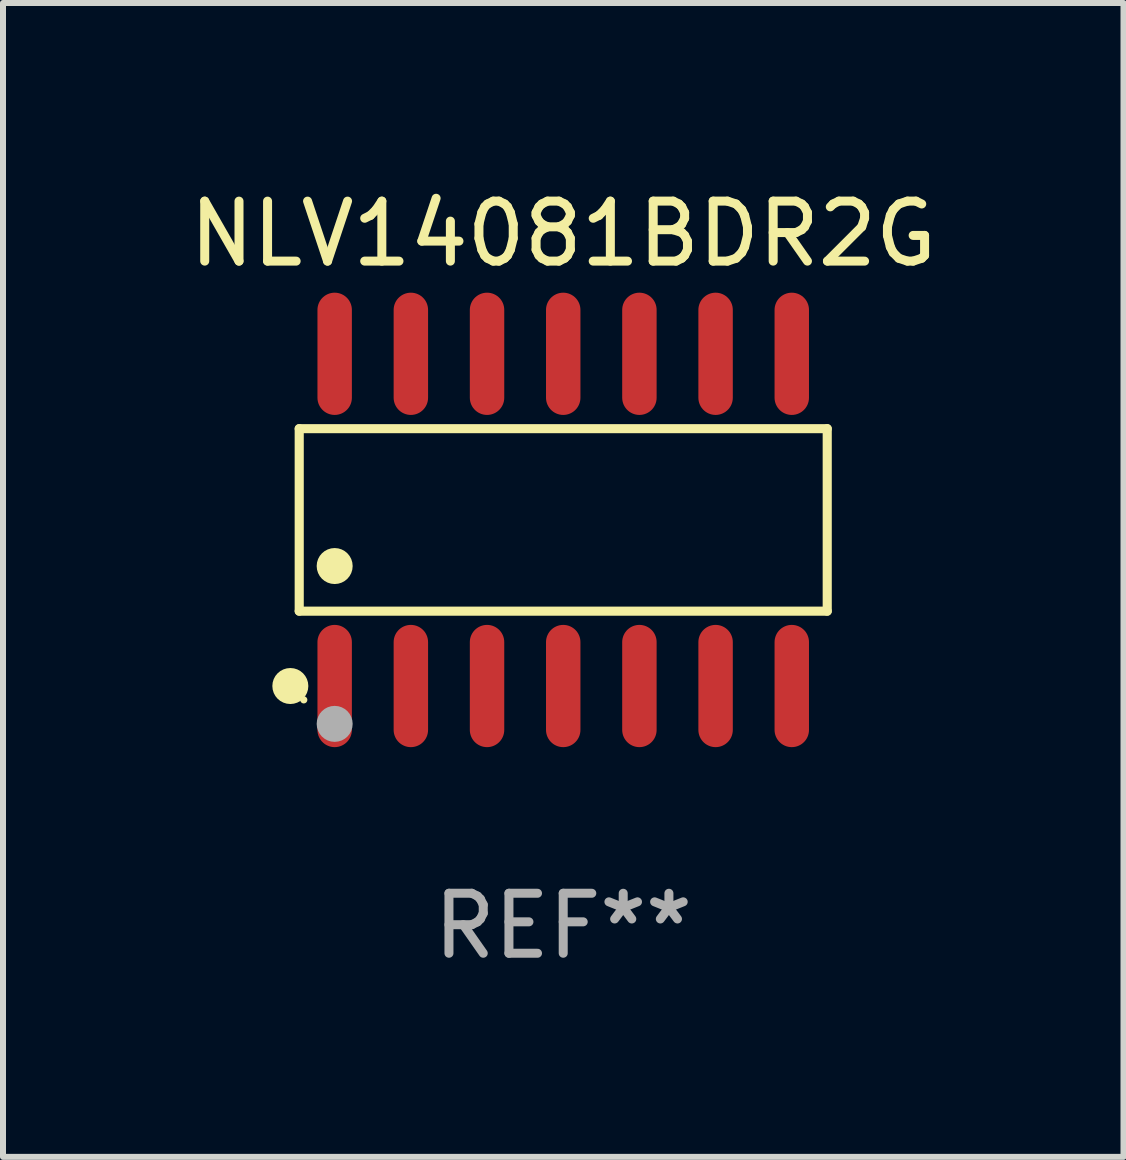
<source format=kicad_pcb>
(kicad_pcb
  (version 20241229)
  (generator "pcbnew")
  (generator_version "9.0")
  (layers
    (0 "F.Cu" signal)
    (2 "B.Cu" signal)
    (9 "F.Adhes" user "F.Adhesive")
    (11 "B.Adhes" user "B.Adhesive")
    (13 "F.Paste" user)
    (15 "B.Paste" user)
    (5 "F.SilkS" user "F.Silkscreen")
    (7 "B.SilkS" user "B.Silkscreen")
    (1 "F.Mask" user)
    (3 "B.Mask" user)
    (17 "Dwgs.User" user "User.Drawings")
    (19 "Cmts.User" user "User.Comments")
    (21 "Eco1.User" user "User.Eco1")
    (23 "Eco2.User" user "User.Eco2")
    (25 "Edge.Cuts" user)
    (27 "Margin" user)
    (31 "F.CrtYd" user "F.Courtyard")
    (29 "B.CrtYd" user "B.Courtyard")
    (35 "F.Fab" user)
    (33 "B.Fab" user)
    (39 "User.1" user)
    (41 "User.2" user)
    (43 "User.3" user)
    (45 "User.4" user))
  (footprint "NLV14081BDR2G"
    (layer "F.Cu")
    (at 6.339 5.617)
    (property "Reference" "NLV14081BDR2G" (at 0 -4.769 0) (layer "F.SilkS") (effects (font (size 1 1) (thickness 0.15))))
    (attr through_hole)
    (fp_line (start -4.401 -1.521) (end 4.401 -1.521) (stroke (width 0.152) (type solid)) (layer "F.SilkS"))
    (fp_line (start -4.401 1.521) (end -4.401 -1.521) (stroke (width 0.152) (type solid)) (layer "F.SilkS"))
    (fp_line (start 4.401 -1.521) (end 4.401 1.521) (stroke (width 0.152) (type solid)) (layer "F.SilkS"))
    (fp_line (start 4.401 1.521) (end -4.401 1.521) (stroke (width 0.152) (type solid)) (layer "F.SilkS"))
    (fp_circle (center -4.549 2.769) (end -4.399 2.769) (stroke (width 0.3) (type solid)) (fill no) (layer "F.SilkS"))
    (fp_circle (center -4.325 3) (end -4.295 3) (stroke (width 0.06) (type solid)) (fill no) (layer "F.SilkS"))
    (fp_circle (center -3.81 0.769) (end -3.66 0.769) (stroke (width 0.3) (type solid)) (fill no) (layer "F.SilkS"))
    (fp_circle (center -3.81 3.4) (end -3.66 3.4) (stroke (width 0.3) (type solid)) (fill no) (layer "F.Fab"))
    (fp_text user "REF**" (at 0 6.769 0) (layer "F.Fab") (effects (font (size 1 1) (thickness 0.15))))
    (pad "1" smd oval (at -3.81 2.769) (size 0.574 2.038) (layers "F.Cu" "F.Mask" "F.Paste"))
    (pad "2" smd oval (at -2.54 2.769) (size 0.574 2.038) (layers "F.Cu" "F.Mask" "F.Paste"))
    (pad "3" smd oval (at -1.27 2.769) (size 0.574 2.038) (layers "F.Cu" "F.Mask" "F.Paste"))
    (pad "4" smd oval (at 0 2.769) (size 0.574 2.038) (layers "F.Cu" "F.Mask" "F.Paste"))
    (pad "5" smd oval (at 1.27 2.769) (size 0.574 2.038) (layers "F.Cu" "F.Mask" "F.Paste"))
    (pad "6" smd oval (at 2.54 2.769) (size 0.574 2.038) (layers "F.Cu" "F.Mask" "F.Paste"))
    (pad "7" smd oval (at 3.81 2.769) (size 0.574 2.038) (layers "F.Cu" "F.Mask" "F.Paste"))
    (pad "8" smd oval (at 3.81 -2.769) (size 0.574 2.038) (layers "F.Cu" "F.Mask" "F.Paste"))
    (pad "9" smd oval (at 2.54 -2.769) (size 0.574 2.038) (layers "F.Cu" "F.Mask" "F.Paste"))
    (pad "10" smd oval (at 1.27 -2.769) (size 0.574 2.038) (layers "F.Cu" "F.Mask" "F.Paste"))
    (pad "11" smd oval (at 0 -2.769) (size 0.574 2.038) (layers "F.Cu" "F.Mask" "F.Paste"))
    (pad "12" smd oval (at -1.27 -2.769) (size 0.574 2.038) (layers "F.Cu" "F.Mask" "F.Paste"))
    (pad "13" smd oval (at -2.54 -2.769) (size 0.574 2.038) (layers "F.Cu" "F.Mask" "F.Paste"))
    (pad "14" smd oval (at -3.81 -2.769) (size 0.574 2.038) (layers "F.Cu" "F.Mask" "F.Paste")))
  (gr_rect
    (start -3 -3)
    (end 15.679 16.235)
    (stroke (width 0.1) (type default))
    (fill no)
    (layer "Edge.Cuts")))
</source>
